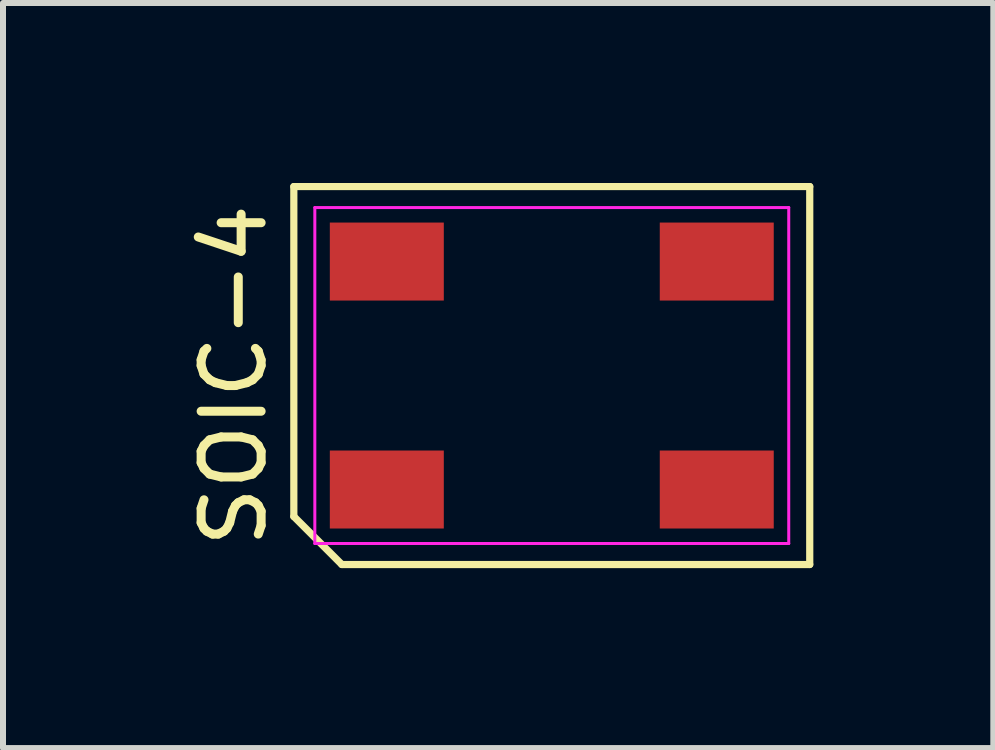
<source format=kicad_pcb>
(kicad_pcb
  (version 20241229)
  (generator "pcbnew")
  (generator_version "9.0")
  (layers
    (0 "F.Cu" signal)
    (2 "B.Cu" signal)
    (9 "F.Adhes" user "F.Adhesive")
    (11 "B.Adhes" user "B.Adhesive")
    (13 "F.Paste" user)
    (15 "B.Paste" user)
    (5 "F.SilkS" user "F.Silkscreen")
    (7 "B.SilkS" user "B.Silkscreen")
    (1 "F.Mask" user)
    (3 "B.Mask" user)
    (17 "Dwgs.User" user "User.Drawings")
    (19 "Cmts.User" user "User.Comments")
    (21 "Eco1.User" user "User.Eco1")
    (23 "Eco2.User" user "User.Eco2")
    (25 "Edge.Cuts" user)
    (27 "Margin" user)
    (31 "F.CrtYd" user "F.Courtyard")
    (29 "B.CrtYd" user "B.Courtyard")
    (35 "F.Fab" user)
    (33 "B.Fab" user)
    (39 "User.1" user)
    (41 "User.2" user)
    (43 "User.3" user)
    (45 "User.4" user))
  (footprint "SOIC-4"
    (layer "F.Cu")
    (at 6.148 3.21)
    (property "Reference" "SOIC-4" (at -5.3 0 90) (layer "F.SilkS") (effects (font (size 1 1) (thickness 0.15))))
    (attr smd)
    (fp_line (start -4.3 -3.15) (end 4.3 -3.15) (stroke (width 0.12) (type solid)) (layer "F.SilkS"))
    (fp_line (start -4.3 2.35) (end -4.3 -3.15) (stroke (width 0.12) (type solid)) (layer "F.SilkS"))
    (fp_line (start -3.5 3.15) (end -4.3 2.35) (stroke (width 0.12) (type solid)) (layer "F.SilkS"))
    (fp_line (start 4.3 -3.15) (end 4.3 3.15) (stroke (width 0.12) (type solid)) (layer "F.SilkS"))
    (fp_line (start 4.3 3.15) (end -3.5 3.15) (stroke (width 0.12) (type solid)) (layer "F.SilkS"))
    (fp_line (start -3.95 -2.8) (end 3.95 -2.8) (stroke (width 0.05) (type solid)) (layer "F.CrtYd"))
    (fp_line (start -3.95 2.8) (end -3.95 -2.8) (stroke (width 0.05) (type solid)) (layer "F.CrtYd"))
    (fp_line (start 3.95 -2.8) (end 3.95 2.8) (stroke (width 0.05) (type solid)) (layer "F.CrtYd"))
    (fp_line (start 3.95 2.8) (end -3.95 2.8) (stroke (width 0.05) (type solid)) (layer "F.CrtYd"))
    (pad "1" smd rect (at -2.75 1.9) (size 1.9 1.3) (layers "F.Cu" "F.Mask" "F.Paste"))
    (pad "2" smd rect (at 2.75 1.9) (size 1.9 1.3) (layers "F.Cu" "F.Mask" "F.Paste"))
    (pad "3" smd rect (at 2.75 -1.9) (size 1.9 1.3) (layers "F.Cu" "F.Mask" "F.Paste"))
    (pad "4" smd rect (at -2.75 -1.9) (size 1.9 1.3) (layers "F.Cu" "F.Mask" "F.Paste")))
  (gr_rect
    (start -3 -3)
    (end 13.508 9.42)
    (stroke (width 0.1) (type default))
    (fill no)
    (layer "Edge.Cuts")))
</source>
